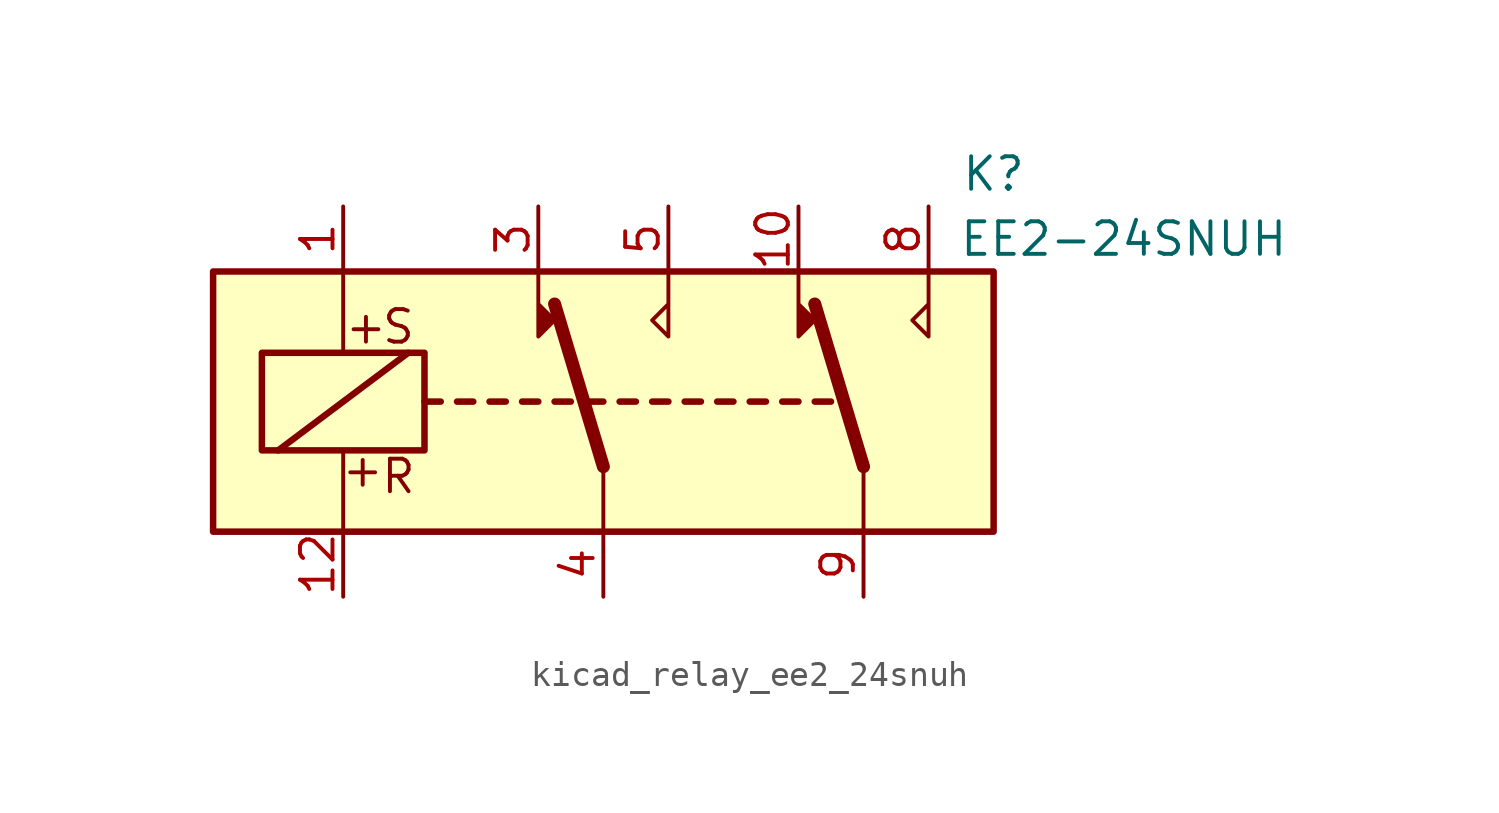
<source format=kicad_sym>
(kicad_symbol_lib
  (version 20220914)
  (generator kicad_symbol_editor)
  (symbol "kicad_relay_ee2_24snuh"
    (property "Reference" "K"
      (at 15.24 8.89 0)
      (effects (font (size 1.27 1.27))))
    (property "Value" "EE2-24SNUH"
      (at 20.32 6.35 0)
      (effects (font (size 1.27 1.27))))
    (symbol "kicad_relay_ee2_24snuh_1_1"
      (rectangle (start -15.24 5.08) (end 15.24 -5.08) (stroke (width 0.254) (type default)) (fill (type background)))
      (rectangle (start -13.335 1.905) (end -6.985 -1.905) (stroke (width 0.254) (type default)) (fill (type none)))
      (polyline (pts (xy -12.7 -1.905) (xy -7.62 1.905)) (stroke (width 0.254) (type default)) (fill (type none)))
      (polyline (pts (xy -10.16 -5.08) (xy -10.16 -1.905)) (stroke (width 0) (type default)) (fill (type none)))
      (polyline (pts (xy -10.16 5.08) (xy -10.16 1.905)) (stroke (width 0) (type default)) (fill (type none)))
      (polyline (pts (xy -6.985 0) (xy -6.35 0)) (stroke (width 0.254) (type default)) (fill (type none)))
      (polyline (pts (xy -5.715 0) (xy -5.08 0)) (stroke (width 0.254) (type default)) (fill (type none)))
      (polyline (pts (xy -4.445 0) (xy -3.81 0)) (stroke (width 0.254) (type default)) (fill (type none)))
      (polyline (pts (xy -3.175 0) (xy -2.54 0)) (stroke (width 0.254) (type default)) (fill (type none)))
      (polyline (pts (xy -1.905 0) (xy -1.27 0)) (stroke (width 0.254) (type default)) (fill (type none)))
      (polyline (pts (xy -0.635 0) (xy 0 0)) (stroke (width 0.254) (type default)) (fill (type none)))
      (polyline (pts (xy 0 -2.54) (xy -1.905 3.81)) (stroke (width 0.508) (type default)) (fill (type none)))
      (polyline (pts (xy 0 -2.54) (xy 0 -5.08)) (stroke (width 0) (type default)) (fill (type none)))
      (polyline (pts (xy 0.635 0) (xy 1.27 0)) (stroke (width 0.254) (type default)) (fill (type none)))
      (polyline (pts (xy 1.905 0) (xy 2.54 0)) (stroke (width 0.254) (type default)) (fill (type none)))
      (polyline (pts (xy 3.175 0) (xy 3.81 0)) (stroke (width 0.254) (type default)) (fill (type none)))
      (polyline (pts (xy 4.445 0) (xy 5.08 0)) (stroke (width 0.254) (type default)) (fill (type none)))
      (polyline (pts (xy 5.715 0) (xy 6.35 0)) (stroke (width 0.254) (type default)) (fill (type none)))
      (polyline (pts (xy 6.985 0) (xy 7.62 0)) (stroke (width 0.254) (type default)) (fill (type none)))
      (polyline (pts (xy 8.255 0) (xy 8.89 0)) (stroke (width 0.254) (type default)) (fill (type none)))
      (polyline (pts (xy 10.16 -2.54) (xy 8.255 3.81)) (stroke (width 0.508) (type default)) (fill (type none)))
      (polyline (pts (xy 10.16 -2.54) (xy 10.16 -5.08)) (stroke (width 0) (type default)) (fill (type none)))
      (polyline (pts (xy -2.54 5.08) (xy -2.54 2.54) (xy -1.905 3.175) (xy -2.54 3.81)) (stroke (width 0) (type default)) (fill (type outline)))
      (polyline (pts (xy 2.54 5.08) (xy 2.54 2.54) (xy 1.905 3.175) (xy 2.54 3.81)) (stroke (width 0) (type default)) (fill (type none)))
      (polyline (pts (xy 7.62 5.08) (xy 7.62 2.54) (xy 8.255 3.175) (xy 7.62 3.81)) (stroke (width 0) (type default)) (fill (type outline)))
      (polyline (pts (xy 12.7 5.08) (xy 12.7 2.54) (xy 12.065 3.175) (xy 12.7 3.81)) (stroke (width 0) (type default)) (fill (type none)))
      (text "+" (at -9.398 -2.667 0) (effects (font (size 1.27 1.27))))
      (text "+" (at -9.271 2.921 0) (effects (font (size 1.27 1.27))))
      (text "R" (at -8.001 -2.921 0) (effects (font (size 1.27 1.27))))
      (text "S" (at -8.001 2.921 0) (effects (font (size 1.27 1.27))))
      (pin passive line (at -10.16 7.62 270) (length 2.54) (name "~" (effects (font (size 1.27 1.27)))) (number "1" (effects (font (size 1.27 1.27)))))
      (pin passive line (at 7.62 7.62 270) (length 2.54) (name "~" (effects (font (size 1.27 1.27)))) (number "10" (effects (font (size 1.27 1.27)))))
      (pin passive line (at -10.16 -7.62 90) (length 2.54) (name "~" (effects (font (size 1.27 1.27)))) (number "12" (effects (font (size 1.27 1.27)))))
      (pin passive line (at -2.54 7.62 270) (length 2.54) (name "~" (effects (font (size 1.27 1.27)))) (number "3" (effects (font (size 1.27 1.27)))))
      (pin passive line (at 0 -7.62 90) (length 2.54) (name "~" (effects (font (size 1.27 1.27)))) (number "4" (effects (font (size 1.27 1.27)))))
      (pin passive line (at 2.54 7.62 270) (length 2.54) (name "~" (effects (font (size 1.27 1.27)))) (number "5" (effects (font (size 1.27 1.27)))))
      (pin passive line (at 12.7 7.62 270) (length 2.54) (name "~" (effects (font (size 1.27 1.27)))) (number "8" (effects (font (size 1.27 1.27)))))
      (pin passive line (at 10.16 -7.62 90) (length 2.54) (name "~" (effects (font (size 1.27 1.27)))) (number "9" (effects (font (size 1.27 1.27))))))))
</source>
